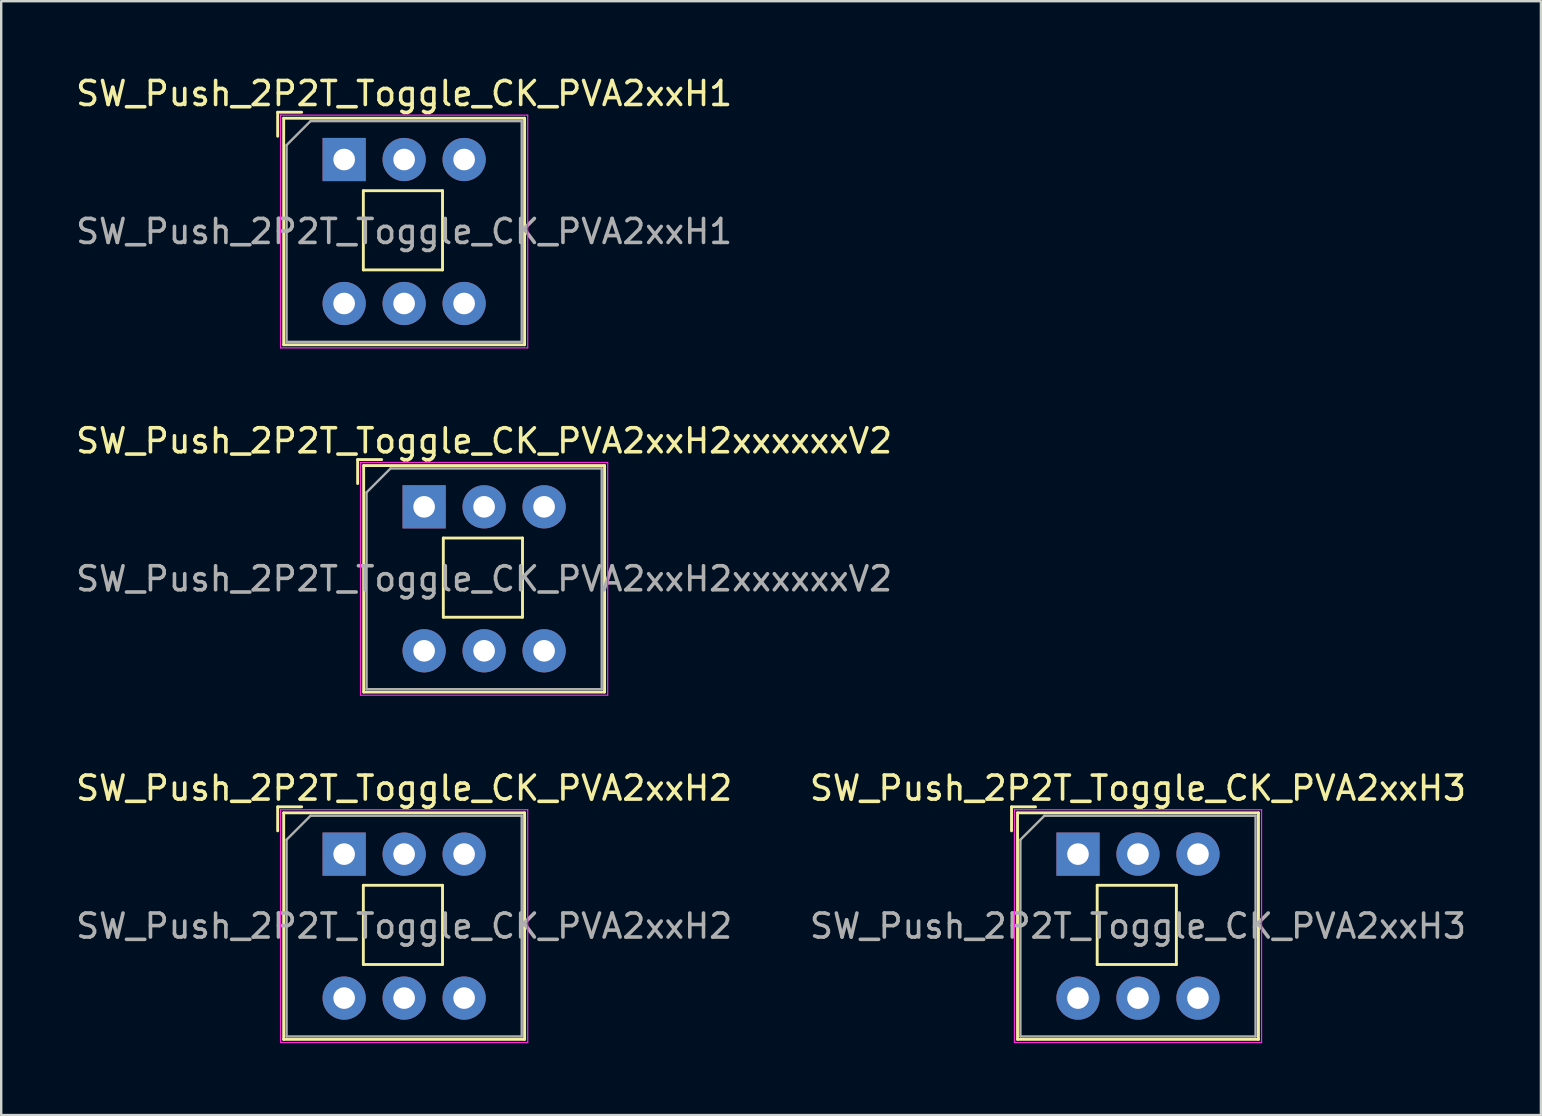
<source format=kicad_pcb>
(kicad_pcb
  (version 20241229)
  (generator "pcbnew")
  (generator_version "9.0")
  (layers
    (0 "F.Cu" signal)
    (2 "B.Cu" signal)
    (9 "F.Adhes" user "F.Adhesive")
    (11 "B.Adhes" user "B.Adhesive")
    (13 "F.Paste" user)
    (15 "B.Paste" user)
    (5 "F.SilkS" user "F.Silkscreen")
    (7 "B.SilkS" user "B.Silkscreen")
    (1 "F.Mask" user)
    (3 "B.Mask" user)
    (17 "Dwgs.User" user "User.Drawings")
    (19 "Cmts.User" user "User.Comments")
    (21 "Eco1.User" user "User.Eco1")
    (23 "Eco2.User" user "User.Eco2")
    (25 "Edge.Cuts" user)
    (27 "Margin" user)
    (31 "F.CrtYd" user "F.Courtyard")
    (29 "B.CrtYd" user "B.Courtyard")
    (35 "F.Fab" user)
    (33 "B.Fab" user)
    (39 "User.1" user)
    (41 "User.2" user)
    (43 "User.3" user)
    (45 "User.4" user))
  (footprint "SW_Push_2P2T_Toggle_CK_PVA2xxH3"
    (layer "F.Cu")
    (at 41.875 32.545)
    (property "Reference" "SW_Push_2P2T_Toggle_CK_PVA2xxH3" (at 2.5 -2.75 0) (layer "F.SilkS") (effects (font (size 1 1) (thickness 0.15))))
    (attr through_hole)
    (fp_line (start -2.77 -0.97) (end -2.77 -1.97) (stroke (width 0.12) (type solid)) (layer "F.SilkS"))
    (fp_line (start -2.52 7.72) (end -2.52 -1.72) (stroke (width 0.12) (type solid)) (layer "F.SilkS"))
    (fp_line (start -1.77 -1.97) (end -2.77 -1.97) (stroke (width 0.12) (type solid)) (layer "F.SilkS"))
    (fp_line (start 0.8 1.3) (end 0.8 4.6) (stroke (width 0.12) (type solid)) (layer "F.SilkS"))
    (fp_line (start 4.1 1.3) (end 0.8 1.3) (stroke (width 0.12) (type solid)) (layer "F.SilkS"))
    (fp_line (start 4.1 1.3) (end 4.1 4.6) (stroke (width 0.12) (type solid)) (layer "F.SilkS"))
    (fp_line (start 4.1 4.6) (end 0.8 4.6) (stroke (width 0.12) (type solid)) (layer "F.SilkS"))
    (fp_line (start 7.52 -1.72) (end -2.52 -1.72) (stroke (width 0.12) (type solid)) (layer "F.SilkS"))
    (fp_line (start 7.52 7.72) (end -2.52 7.72) (stroke (width 0.12) (type solid)) (layer "F.SilkS"))
    (fp_line (start 7.52 7.72) (end 7.52 -1.72) (stroke (width 0.12) (type solid)) (layer "F.SilkS"))
    (fp_line (start -2.65 -1.85) (end 7.65 -1.85) (stroke (width 0.05) (type solid)) (layer "F.CrtYd"))
    (fp_line (start -2.65 7.85) (end -2.65 -1.85) (stroke (width 0.05) (type solid)) (layer "F.CrtYd"))
    (fp_line (start -2.65 7.85) (end 7.65 7.85) (stroke (width 0.05) (type solid)) (layer "F.CrtYd"))
    (fp_line (start 7.65 -1.85) (end 7.65 7.85) (stroke (width 0.05) (type solid)) (layer "F.CrtYd"))
    (fp_line (start -2.4 -0.6) (end -1.4 -1.6) (stroke (width 0.1) (type solid)) (layer "F.Fab"))
    (fp_line (start -2.4 7.6) (end -2.4 -0.6) (stroke (width 0.1) (type solid)) (layer "F.Fab"))
    (fp_line (start -1.4 -1.6) (end 7.4 -1.6) (stroke (width 0.1) (type solid)) (layer "F.Fab"))
    (fp_line (start 7.4 -1.6) (end 7.4 7.6) (stroke (width 0.1) (type solid)) (layer "F.Fab"))
    (fp_line (start 7.4 7.6) (end -2.4 7.6) (stroke (width 0.1) (type solid)) (layer "F.Fab"))
    (fp_text user "${REFERENCE}" (at 2.5 3 0) (layer "F.Fab") (effects (font (size 1 1) (thickness 0.15))))
    (pad "1" thru_hole rect (at 0 0) (size 1.8 1.8) (drill 0.9) (layers "*.Cu" "*.Mask"))
    (pad "2" thru_hole circle (at 2.5 0 90) (size 1.8 1.8) (drill 0.9) (layers "*.Cu" "*.Mask"))
    (pad "3" thru_hole circle (at 5 0) (size 1.8 1.8) (drill 0.9) (layers "*.Cu" "*.Mask"))
    (pad "4" thru_hole circle (at 0 6) (size 1.8 1.8) (drill 0.9) (layers "*.Cu" "*.Mask"))
    (pad "5" thru_hole circle (at 2.5 6) (size 1.8 1.8) (drill 0.9) (layers "*.Cu" "*.Mask"))
    (pad "6" thru_hole circle (at 5 6) (size 1.8 1.8) (drill 0.9) (layers "*.Cu" "*.Mask")))
  (footprint "SW_Push_2P2T_Toggle_CK_PVA2xxH1"
    (layer "F.Cu")
    (at 11.292 3.598)
    (property "Reference" "SW_Push_2P2T_Toggle_CK_PVA2xxH1" (at 2.5 -2.75 0) (layer "F.SilkS") (effects (font (size 1 1) (thickness 0.15))))
    (attr through_hole)
    (fp_line (start -2.77 -0.97) (end -2.77 -1.97) (stroke (width 0.12) (type solid)) (layer "F.SilkS"))
    (fp_line (start -2.52 7.72) (end -2.52 -1.72) (stroke (width 0.12) (type solid)) (layer "F.SilkS"))
    (fp_line (start -1.77 -1.97) (end -2.77 -1.97) (stroke (width 0.12) (type solid)) (layer "F.SilkS"))
    (fp_line (start 0.8 1.3) (end 0.8 4.6) (stroke (width 0.12) (type solid)) (layer "F.SilkS"))
    (fp_line (start 4.1 1.3) (end 0.8 1.3) (stroke (width 0.12) (type solid)) (layer "F.SilkS"))
    (fp_line (start 4.1 1.3) (end 4.1 4.6) (stroke (width 0.12) (type solid)) (layer "F.SilkS"))
    (fp_line (start 4.1 4.6) (end 0.8 4.6) (stroke (width 0.12) (type solid)) (layer "F.SilkS"))
    (fp_line (start 7.52 -1.72) (end -2.52 -1.72) (stroke (width 0.12) (type solid)) (layer "F.SilkS"))
    (fp_line (start 7.52 7.72) (end -2.52 7.72) (stroke (width 0.12) (type solid)) (layer "F.SilkS"))
    (fp_line (start 7.52 7.72) (end 7.52 -1.72) (stroke (width 0.12) (type solid)) (layer "F.SilkS"))
    (fp_line (start -2.65 -1.85) (end 7.65 -1.85) (stroke (width 0.05) (type solid)) (layer "F.CrtYd"))
    (fp_line (start -2.65 7.85) (end -2.65 -1.85) (stroke (width 0.05) (type solid)) (layer "F.CrtYd"))
    (fp_line (start -2.65 7.85) (end 7.65 7.85) (stroke (width 0.05) (type solid)) (layer "F.CrtYd"))
    (fp_line (start 7.65 -1.85) (end 7.65 7.85) (stroke (width 0.05) (type solid)) (layer "F.CrtYd"))
    (fp_line (start -2.4 -0.6) (end -1.4 -1.6) (stroke (width 0.1) (type solid)) (layer "F.Fab"))
    (fp_line (start -2.4 7.6) (end -2.4 -0.6) (stroke (width 0.1) (type solid)) (layer "F.Fab"))
    (fp_line (start -1.4 -1.6) (end 7.4 -1.6) (stroke (width 0.1) (type solid)) (layer "F.Fab"))
    (fp_line (start 7.4 -1.6) (end 7.4 7.6) (stroke (width 0.1) (type solid)) (layer "F.Fab"))
    (fp_line (start 7.4 7.6) (end -2.4 7.6) (stroke (width 0.1) (type solid)) (layer "F.Fab"))
    (fp_text user "${REFERENCE}" (at 2.5 3 0) (layer "F.Fab") (effects (font (size 1 1) (thickness 0.15))))
    (pad "1" thru_hole rect (at 0 0) (size 1.8 1.8) (drill 0.9) (layers "*.Cu" "*.Mask"))
    (pad "2" thru_hole circle (at 2.5 0) (size 1.8 1.8) (drill 0.9) (layers "*.Cu" "*.Mask"))
    (pad "3" thru_hole circle (at 5 0) (size 1.8 1.8) (drill 0.9) (layers "*.Cu" "*.Mask"))
    (pad "4" thru_hole circle (at 0 6) (size 1.8 1.8) (drill 0.9) (layers "*.Cu" "*.Mask"))
    (pad "5" thru_hole circle (at 2.5 6) (size 1.8 1.8) (drill 0.9) (layers "*.Cu" "*.Mask"))
    (pad "6" thru_hole circle (at 5 6) (size 1.8 1.8) (drill 0.9) (layers "*.Cu" "*.Mask")))
  (footprint "SW_Push_2P2T_Toggle_CK_PVA2xxH2"
    (layer "F.Cu")
    (at 11.292 32.545)
    (property "Reference" "SW_Push_2P2T_Toggle_CK_PVA2xxH2" (at 2.5 -2.75 0) (layer "F.SilkS") (effects (font (size 1 1) (thickness 0.15))))
    (attr through_hole)
    (fp_line (start -2.77 -0.97) (end -2.77 -1.97) (stroke (width 0.12) (type solid)) (layer "F.SilkS"))
    (fp_line (start -2.52 7.72) (end -2.52 -1.72) (stroke (width 0.12) (type solid)) (layer "F.SilkS"))
    (fp_line (start -1.77 -1.97) (end -2.77 -1.97) (stroke (width 0.12) (type solid)) (layer "F.SilkS"))
    (fp_line (start 0.8 1.3) (end 0.8 4.6) (stroke (width 0.12) (type solid)) (layer "F.SilkS"))
    (fp_line (start 4.1 1.3) (end 0.8 1.3) (stroke (width 0.12) (type solid)) (layer "F.SilkS"))
    (fp_line (start 4.1 1.3) (end 4.1 4.6) (stroke (width 0.12) (type solid)) (layer "F.SilkS"))
    (fp_line (start 4.1 4.6) (end 0.8 4.6) (stroke (width 0.12) (type solid)) (layer "F.SilkS"))
    (fp_line (start 7.52 -1.72) (end -2.52 -1.72) (stroke (width 0.12) (type solid)) (layer "F.SilkS"))
    (fp_line (start 7.52 7.72) (end -2.52 7.72) (stroke (width 0.12) (type solid)) (layer "F.SilkS"))
    (fp_line (start 7.52 7.72) (end 7.52 -1.72) (stroke (width 0.12) (type solid)) (layer "F.SilkS"))
    (fp_line (start -2.65 -1.85) (end 7.65 -1.85) (stroke (width 0.05) (type solid)) (layer "F.CrtYd"))
    (fp_line (start -2.65 7.85) (end -2.65 -1.85) (stroke (width 0.05) (type solid)) (layer "F.CrtYd"))
    (fp_line (start -2.65 7.85) (end 7.65 7.85) (stroke (width 0.05) (type solid)) (layer "F.CrtYd"))
    (fp_line (start 7.65 -1.85) (end 7.65 7.85) (stroke (width 0.05) (type solid)) (layer "F.CrtYd"))
    (fp_line (start -2.4 -0.6) (end -1.4 -1.6) (stroke (width 0.1) (type solid)) (layer "F.Fab"))
    (fp_line (start -2.4 7.6) (end -2.4 -0.6) (stroke (width 0.1) (type solid)) (layer "F.Fab"))
    (fp_line (start -1.4 -1.6) (end 7.4 -1.6) (stroke (width 0.1) (type solid)) (layer "F.Fab"))
    (fp_line (start 7.4 -1.6) (end 7.4 7.6) (stroke (width 0.1) (type solid)) (layer "F.Fab"))
    (fp_line (start 7.4 7.6) (end -2.4 7.6) (stroke (width 0.1) (type solid)) (layer "F.Fab"))
    (fp_text user "${REFERENCE}" (at 2.5 3 0) (layer "F.Fab") (effects (font (size 1 1) (thickness 0.15))))
    (pad "1" thru_hole rect (at 0 0) (size 1.8 1.8) (drill 0.9) (layers "*.Cu" "*.Mask"))
    (pad "2" thru_hole circle (at 2.5 0 90) (size 1.8 1.8) (drill 0.9) (layers "*.Cu" "*.Mask"))
    (pad "3" thru_hole circle (at 5 0) (size 1.8 1.8) (drill 0.9) (layers "*.Cu" "*.Mask"))
    (pad "4" thru_hole circle (at 0 6) (size 1.8 1.8) (drill 0.9) (layers "*.Cu" "*.Mask"))
    (pad "5" thru_hole circle (at 2.5 6) (size 1.8 1.8) (drill 0.9) (layers "*.Cu" "*.Mask"))
    (pad "6" thru_hole circle (at 5 6) (size 1.8 1.8) (drill 0.9) (layers "*.Cu" "*.Mask")))
  (footprint "SW_Push_2P2T_Toggle_CK_PVA2xxH2xxxxxxV2"
    (layer "F.Cu")
    (at 14.625 18.072)
    (property "Reference" "SW_Push_2P2T_Toggle_CK_PVA2xxH2xxxxxxV2" (at 2.5 -2.75 0) (layer "F.SilkS") (effects (font (size 1 1) (thickness 0.15))))
    (attr through_hole)
    (fp_line (start -2.77 -0.97) (end -2.77 -1.97) (stroke (width 0.12) (type solid)) (layer "F.SilkS"))
    (fp_line (start -2.52 7.72) (end -2.52 -1.72) (stroke (width 0.12) (type solid)) (layer "F.SilkS"))
    (fp_line (start -1.77 -1.97) (end -2.77 -1.97) (stroke (width 0.12) (type solid)) (layer "F.SilkS"))
    (fp_line (start 0.8 1.3) (end 0.8 4.6) (stroke (width 0.12) (type solid)) (layer "F.SilkS"))
    (fp_line (start 4.1 1.3) (end 0.8 1.3) (stroke (width 0.12) (type solid)) (layer "F.SilkS"))
    (fp_line (start 4.1 1.3) (end 4.1 4.6) (stroke (width 0.12) (type solid)) (layer "F.SilkS"))
    (fp_line (start 4.1 4.6) (end 0.8 4.6) (stroke (width 0.12) (type solid)) (layer "F.SilkS"))
    (fp_line (start 7.52 -1.72) (end -2.52 -1.72) (stroke (width 0.12) (type solid)) (layer "F.SilkS"))
    (fp_line (start 7.52 7.72) (end -2.52 7.72) (stroke (width 0.12) (type solid)) (layer "F.SilkS"))
    (fp_line (start 7.52 7.72) (end 7.52 -1.72) (stroke (width 0.12) (type solid)) (layer "F.SilkS"))
    (fp_line (start -2.65 -1.85) (end 7.65 -1.85) (stroke (width 0.05) (type solid)) (layer "F.CrtYd"))
    (fp_line (start -2.65 7.85) (end -2.65 -1.85) (stroke (width 0.05) (type solid)) (layer "F.CrtYd"))
    (fp_line (start -2.65 7.85) (end 7.65 7.85) (stroke (width 0.05) (type solid)) (layer "F.CrtYd"))
    (fp_line (start 7.65 -1.85) (end 7.65 7.85) (stroke (width 0.05) (type solid)) (layer "F.CrtYd"))
    (fp_line (start -2.4 -0.6) (end -1.4 -1.6) (stroke (width 0.1) (type solid)) (layer "F.Fab"))
    (fp_line (start -2.4 7.6) (end -2.4 -0.6) (stroke (width 0.1) (type solid)) (layer "F.Fab"))
    (fp_line (start -1.4 -1.6) (end 7.4 -1.6) (stroke (width 0.1) (type solid)) (layer "F.Fab"))
    (fp_line (start 7.4 -1.6) (end 7.4 7.6) (stroke (width 0.1) (type solid)) (layer "F.Fab"))
    (fp_line (start 7.4 7.6) (end -2.4 7.6) (stroke (width 0.1) (type solid)) (layer "F.Fab"))
    (fp_text user "${REFERENCE}" (at 2.5 3 0) (layer "F.Fab") (effects (font (size 1 1) (thickness 0.15))))
    (pad "1" thru_hole rect (at 0 0) (size 1.8 1.8) (drill 0.9) (layers "*.Cu" "*.Mask"))
    (pad "2" thru_hole circle (at 2.5 0) (size 1.8 1.8) (drill 0.9) (layers "*.Cu" "*.Mask"))
    (pad "3" thru_hole circle (at 5 0) (size 1.8 1.8) (drill 0.9) (layers "*.Cu" "*.Mask"))
    (pad "4" thru_hole circle (at 0 6) (size 1.8 1.8) (drill 0.9) (layers "*.Cu" "*.Mask"))
    (pad "5" thru_hole circle (at 2.5 6) (size 1.8 1.8) (drill 0.9) (layers "*.Cu" "*.Mask"))
    (pad "6" thru_hole circle (at 5 6) (size 1.8 1.8) (drill 0.9) (layers "*.Cu" "*.Mask")))
  (gr_rect
    (start -3 -3)
    (end 61.167 43.42)
    (stroke (width 0.1) (type default))
    (fill no)
    (layer "Edge.Cuts")))
</source>
